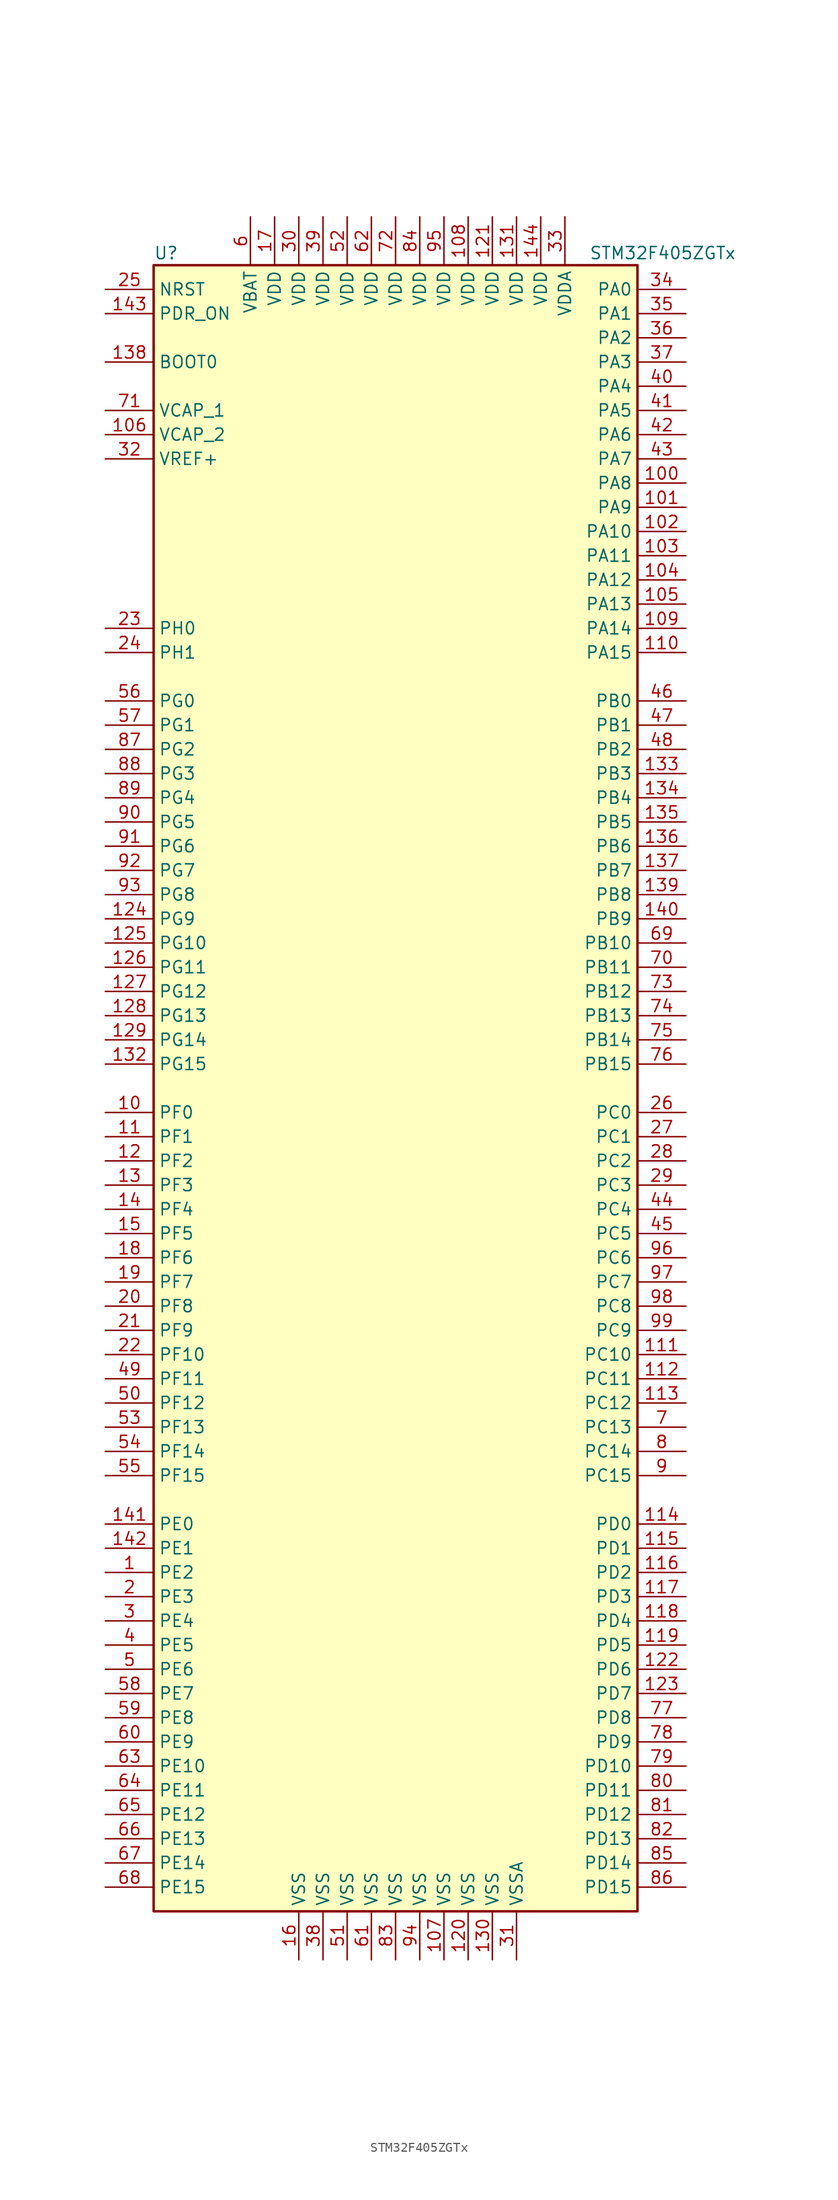
<source format=kicad_sym>
(kicad_symbol_lib
  (version 20201005)
  (generator kicad_symbol_editor)
  (symbol "STM32F405ZGTx"
    (property "Reference" "U"
      (at -25.4 87.63 0)
      (effects (font (size 1.27 1.27)) (justify left)))
    (property "Value" "STM32F405ZGTx"
      (at 20.32 87.63 0)
      (effects (font (size 1.27 1.27)) (justify left)))
    (symbol "STM32F405ZGTx_0_1"
      (rectangle (start -25.4 -86.36) (end 25.4 86.36) (stroke (width 0.254)) (fill (type background))))
    (symbol "STM32F405ZGTx_1_1"
      (pin bidirectional line (at -30.48 -50.8 0) (length 5.08) (name "PE2" (effects (font (size 1.27 1.27)))) (number "1" (effects (font (size 1.27 1.27)))))
      (pin bidirectional line (at -30.48 -2.54 0) (length 5.08) (name "PF0" (effects (font (size 1.27 1.27)))) (number "10" (effects (font (size 1.27 1.27)))))
      (pin bidirectional line (at 30.48 63.5 180) (length 5.08) (name "PA8" (effects (font (size 1.27 1.27)))) (number "100" (effects (font (size 1.27 1.27)))))
      (pin bidirectional line (at 30.48 60.96 180) (length 5.08) (name "PA9" (effects (font (size 1.27 1.27)))) (number "101" (effects (font (size 1.27 1.27)))))
      (pin bidirectional line (at 30.48 58.42 180) (length 5.08) (name "PA10" (effects (font (size 1.27 1.27)))) (number "102" (effects (font (size 1.27 1.27)))))
      (pin bidirectional line (at 30.48 55.88 180) (length 5.08) (name "PA11" (effects (font (size 1.27 1.27)))) (number "103" (effects (font (size 1.27 1.27)))))
      (pin bidirectional line (at 30.48 53.34 180) (length 5.08) (name "PA12" (effects (font (size 1.27 1.27)))) (number "104" (effects (font (size 1.27 1.27)))))
      (pin bidirectional line (at 30.48 50.8 180) (length 5.08) (name "PA13" (effects (font (size 1.27 1.27)))) (number "105" (effects (font (size 1.27 1.27)))))
      (pin power_in line (at -30.48 68.58 0) (length 5.08) (name "VCAP_2" (effects (font (size 1.27 1.27)))) (number "106" (effects (font (size 1.27 1.27)))))
      (pin power_in line (at 5.08 -91.44 90) (length 5.08) (name "VSS" (effects (font (size 1.27 1.27)))) (number "107" (effects (font (size 1.27 1.27)))))
      (pin power_in line (at 7.62 91.44 270) (length 5.08) (name "VDD" (effects (font (size 1.27 1.27)))) (number "108" (effects (font (size 1.27 1.27)))))
      (pin bidirectional line (at 30.48 48.26 180) (length 5.08) (name "PA14" (effects (font (size 1.27 1.27)))) (number "109" (effects (font (size 1.27 1.27)))))
      (pin bidirectional line (at -30.48 -5.08 0) (length 5.08) (name "PF1" (effects (font (size 1.27 1.27)))) (number "11" (effects (font (size 1.27 1.27)))))
      (pin bidirectional line (at 30.48 45.72 180) (length 5.08) (name "PA15" (effects (font (size 1.27 1.27)))) (number "110" (effects (font (size 1.27 1.27)))))
      (pin bidirectional line (at 30.48 -27.94 180) (length 5.08) (name "PC10" (effects (font (size 1.27 1.27)))) (number "111" (effects (font (size 1.27 1.27)))))
      (pin bidirectional line (at 30.48 -30.48 180) (length 5.08) (name "PC11" (effects (font (size 1.27 1.27)))) (number "112" (effects (font (size 1.27 1.27)))))
      (pin bidirectional line (at 30.48 -33.02 180) (length 5.08) (name "PC12" (effects (font (size 1.27 1.27)))) (number "113" (effects (font (size 1.27 1.27)))))
      (pin bidirectional line (at 30.48 -45.72 180) (length 5.08) (name "PD0" (effects (font (size 1.27 1.27)))) (number "114" (effects (font (size 1.27 1.27)))))
      (pin bidirectional line (at 30.48 -48.26 180) (length 5.08) (name "PD1" (effects (font (size 1.27 1.27)))) (number "115" (effects (font (size 1.27 1.27)))))
      (pin bidirectional line (at 30.48 -50.8 180) (length 5.08) (name "PD2" (effects (font (size 1.27 1.27)))) (number "116" (effects (font (size 1.27 1.27)))))
      (pin bidirectional line (at 30.48 -53.34 180) (length 5.08) (name "PD3" (effects (font (size 1.27 1.27)))) (number "117" (effects (font (size 1.27 1.27)))))
      (pin bidirectional line (at 30.48 -55.88 180) (length 5.08) (name "PD4" (effects (font (size 1.27 1.27)))) (number "118" (effects (font (size 1.27 1.27)))))
      (pin bidirectional line (at 30.48 -58.42 180) (length 5.08) (name "PD5" (effects (font (size 1.27 1.27)))) (number "119" (effects (font (size 1.27 1.27)))))
      (pin bidirectional line (at -30.48 -7.62 0) (length 5.08) (name "PF2" (effects (font (size 1.27 1.27)))) (number "12" (effects (font (size 1.27 1.27)))))
      (pin power_in line (at 7.62 -91.44 90) (length 5.08) (name "VSS" (effects (font (size 1.27 1.27)))) (number "120" (effects (font (size 1.27 1.27)))))
      (pin power_in line (at 10.16 91.44 270) (length 5.08) (name "VDD" (effects (font (size 1.27 1.27)))) (number "121" (effects (font (size 1.27 1.27)))))
      (pin bidirectional line (at 30.48 -60.96 180) (length 5.08) (name "PD6" (effects (font (size 1.27 1.27)))) (number "122" (effects (font (size 1.27 1.27)))))
      (pin bidirectional line (at 30.48 -63.5 180) (length 5.08) (name "PD7" (effects (font (size 1.27 1.27)))) (number "123" (effects (font (size 1.27 1.27)))))
      (pin bidirectional line (at -30.48 17.78 0) (length 5.08) (name "PG9" (effects (font (size 1.27 1.27)))) (number "124" (effects (font (size 1.27 1.27)))))
      (pin bidirectional line (at -30.48 15.24 0) (length 5.08) (name "PG10" (effects (font (size 1.27 1.27)))) (number "125" (effects (font (size 1.27 1.27)))))
      (pin bidirectional line (at -30.48 12.7 0) (length 5.08) (name "PG11" (effects (font (size 1.27 1.27)))) (number "126" (effects (font (size 1.27 1.27)))))
      (pin bidirectional line (at -30.48 10.16 0) (length 5.08) (name "PG12" (effects (font (size 1.27 1.27)))) (number "127" (effects (font (size 1.27 1.27)))))
      (pin bidirectional line (at -30.48 7.62 0) (length 5.08) (name "PG13" (effects (font (size 1.27 1.27)))) (number "128" (effects (font (size 1.27 1.27)))))
      (pin bidirectional line (at -30.48 5.08 0) (length 5.08) (name "PG14" (effects (font (size 1.27 1.27)))) (number "129" (effects (font (size 1.27 1.27)))))
      (pin bidirectional line (at -30.48 -10.16 0) (length 5.08) (name "PF3" (effects (font (size 1.27 1.27)))) (number "13" (effects (font (size 1.27 1.27)))))
      (pin power_in line (at 10.16 -91.44 90) (length 5.08) (name "VSS" (effects (font (size 1.27 1.27)))) (number "130" (effects (font (size 1.27 1.27)))))
      (pin power_in line (at 12.7 91.44 270) (length 5.08) (name "VDD" (effects (font (size 1.27 1.27)))) (number "131" (effects (font (size 1.27 1.27)))))
      (pin bidirectional line (at -30.48 2.54 0) (length 5.08) (name "PG15" (effects (font (size 1.27 1.27)))) (number "132" (effects (font (size 1.27 1.27)))))
      (pin bidirectional line (at 30.48 33.02 180) (length 5.08) (name "PB3" (effects (font (size 1.27 1.27)))) (number "133" (effects (font (size 1.27 1.27)))))
      (pin bidirectional line (at 30.48 30.48 180) (length 5.08) (name "PB4" (effects (font (size 1.27 1.27)))) (number "134" (effects (font (size 1.27 1.27)))))
      (pin bidirectional line (at 30.48 27.94 180) (length 5.08) (name "PB5" (effects (font (size 1.27 1.27)))) (number "135" (effects (font (size 1.27 1.27)))))
      (pin bidirectional line (at 30.48 25.4 180) (length 5.08) (name "PB6" (effects (font (size 1.27 1.27)))) (number "136" (effects (font (size 1.27 1.27)))))
      (pin bidirectional line (at 30.48 22.86 180) (length 5.08) (name "PB7" (effects (font (size 1.27 1.27)))) (number "137" (effects (font (size 1.27 1.27)))))
      (pin input line (at -30.48 76.2 0) (length 5.08) (name "BOOT0" (effects (font (size 1.27 1.27)))) (number "138" (effects (font (size 1.27 1.27)))))
      (pin bidirectional line (at 30.48 20.32 180) (length 5.08) (name "PB8" (effects (font (size 1.27 1.27)))) (number "139" (effects (font (size 1.27 1.27)))))
      (pin bidirectional line (at -30.48 -12.7 0) (length 5.08) (name "PF4" (effects (font (size 1.27 1.27)))) (number "14" (effects (font (size 1.27 1.27)))))
      (pin bidirectional line (at 30.48 17.78 180) (length 5.08) (name "PB9" (effects (font (size 1.27 1.27)))) (number "140" (effects (font (size 1.27 1.27)))))
      (pin bidirectional line (at -30.48 -45.72 0) (length 5.08) (name "PE0" (effects (font (size 1.27 1.27)))) (number "141" (effects (font (size 1.27 1.27)))))
      (pin bidirectional line (at -30.48 -48.26 0) (length 5.08) (name "PE1" (effects (font (size 1.27 1.27)))) (number "142" (effects (font (size 1.27 1.27)))))
      (pin input line (at -30.48 81.28 0) (length 5.08) (name "PDR_ON" (effects (font (size 1.27 1.27)))) (number "143" (effects (font (size 1.27 1.27)))))
      (pin power_in line (at 15.24 91.44 270) (length 5.08) (name "VDD" (effects (font (size 1.27 1.27)))) (number "144" (effects (font (size 1.27 1.27)))))
      (pin bidirectional line (at -30.48 -15.24 0) (length 5.08) (name "PF5" (effects (font (size 1.27 1.27)))) (number "15" (effects (font (size 1.27 1.27)))))
      (pin power_in line (at -10.16 -91.44 90) (length 5.08) (name "VSS" (effects (font (size 1.27 1.27)))) (number "16" (effects (font (size 1.27 1.27)))))
      (pin power_in line (at -12.7 91.44 270) (length 5.08) (name "VDD" (effects (font (size 1.27 1.27)))) (number "17" (effects (font (size 1.27 1.27)))))
      (pin bidirectional line (at -30.48 -17.78 0) (length 5.08) (name "PF6" (effects (font (size 1.27 1.27)))) (number "18" (effects (font (size 1.27 1.27)))))
      (pin bidirectional line (at -30.48 -20.32 0) (length 5.08) (name "PF7" (effects (font (size 1.27 1.27)))) (number "19" (effects (font (size 1.27 1.27)))))
      (pin bidirectional line (at -30.48 -53.34 0) (length 5.08) (name "PE3" (effects (font (size 1.27 1.27)))) (number "2" (effects (font (size 1.27 1.27)))))
      (pin bidirectional line (at -30.48 -22.86 0) (length 5.08) (name "PF8" (effects (font (size 1.27 1.27)))) (number "20" (effects (font (size 1.27 1.27)))))
      (pin bidirectional line (at -30.48 -25.4 0) (length 5.08) (name "PF9" (effects (font (size 1.27 1.27)))) (number "21" (effects (font (size 1.27 1.27)))))
      (pin bidirectional line (at -30.48 -27.94 0) (length 5.08) (name "PF10" (effects (font (size 1.27 1.27)))) (number "22" (effects (font (size 1.27 1.27)))))
      (pin input line (at -30.48 48.26 0) (length 5.08) (name "PH0" (effects (font (size 1.27 1.27)))) (number "23" (effects (font (size 1.27 1.27)))))
      (pin input line (at -30.48 45.72 0) (length 5.08) (name "PH1" (effects (font (size 1.27 1.27)))) (number "24" (effects (font (size 1.27 1.27)))))
      (pin input line (at -30.48 83.82 0) (length 5.08) (name "NRST" (effects (font (size 1.27 1.27)))) (number "25" (effects (font (size 1.27 1.27)))))
      (pin bidirectional line (at 30.48 -2.54 180) (length 5.08) (name "PC0" (effects (font (size 1.27 1.27)))) (number "26" (effects (font (size 1.27 1.27)))))
      (pin bidirectional line (at 30.48 -5.08 180) (length 5.08) (name "PC1" (effects (font (size 1.27 1.27)))) (number "27" (effects (font (size 1.27 1.27)))))
      (pin bidirectional line (at 30.48 -7.62 180) (length 5.08) (name "PC2" (effects (font (size 1.27 1.27)))) (number "28" (effects (font (size 1.27 1.27)))))
      (pin bidirectional line (at 30.48 -10.16 180) (length 5.08) (name "PC3" (effects (font (size 1.27 1.27)))) (number "29" (effects (font (size 1.27 1.27)))))
      (pin bidirectional line (at -30.48 -55.88 0) (length 5.08) (name "PE4" (effects (font (size 1.27 1.27)))) (number "3" (effects (font (size 1.27 1.27)))))
      (pin power_in line (at -10.16 91.44 270) (length 5.08) (name "VDD" (effects (font (size 1.27 1.27)))) (number "30" (effects (font (size 1.27 1.27)))))
      (pin power_in line (at 12.7 -91.44 90) (length 5.08) (name "VSSA" (effects (font (size 1.27 1.27)))) (number "31" (effects (font (size 1.27 1.27)))))
      (pin power_in line (at -30.48 66.04 0) (length 5.08) (name "VREF+" (effects (font (size 1.27 1.27)))) (number "32" (effects (font (size 1.27 1.27)))))
      (pin power_in line (at 17.78 91.44 270) (length 5.08) (name "VDDA" (effects (font (size 1.27 1.27)))) (number "33" (effects (font (size 1.27 1.27)))))
      (pin bidirectional line (at 30.48 83.82 180) (length 5.08) (name "PA0" (effects (font (size 1.27 1.27)))) (number "34" (effects (font (size 1.27 1.27)))))
      (pin bidirectional line (at 30.48 81.28 180) (length 5.08) (name "PA1" (effects (font (size 1.27 1.27)))) (number "35" (effects (font (size 1.27 1.27)))))
      (pin bidirectional line (at 30.48 78.74 180) (length 5.08) (name "PA2" (effects (font (size 1.27 1.27)))) (number "36" (effects (font (size 1.27 1.27)))))
      (pin bidirectional line (at 30.48 76.2 180) (length 5.08) (name "PA3" (effects (font (size 1.27 1.27)))) (number "37" (effects (font (size 1.27 1.27)))))
      (pin power_in line (at -7.62 -91.44 90) (length 5.08) (name "VSS" (effects (font (size 1.27 1.27)))) (number "38" (effects (font (size 1.27 1.27)))))
      (pin power_in line (at -7.62 91.44 270) (length 5.08) (name "VDD" (effects (font (size 1.27 1.27)))) (number "39" (effects (font (size 1.27 1.27)))))
      (pin bidirectional line (at -30.48 -58.42 0) (length 5.08) (name "PE5" (effects (font (size 1.27 1.27)))) (number "4" (effects (font (size 1.27 1.27)))))
      (pin bidirectional line (at 30.48 73.66 180) (length 5.08) (name "PA4" (effects (font (size 1.27 1.27)))) (number "40" (effects (font (size 1.27 1.27)))))
      (pin bidirectional line (at 30.48 71.12 180) (length 5.08) (name "PA5" (effects (font (size 1.27 1.27)))) (number "41" (effects (font (size 1.27 1.27)))))
      (pin bidirectional line (at 30.48 68.58 180) (length 5.08) (name "PA6" (effects (font (size 1.27 1.27)))) (number "42" (effects (font (size 1.27 1.27)))))
      (pin bidirectional line (at 30.48 66.04 180) (length 5.08) (name "PA7" (effects (font (size 1.27 1.27)))) (number "43" (effects (font (size 1.27 1.27)))))
      (pin bidirectional line (at 30.48 -12.7 180) (length 5.08) (name "PC4" (effects (font (size 1.27 1.27)))) (number "44" (effects (font (size 1.27 1.27)))))
      (pin bidirectional line (at 30.48 -15.24 180) (length 5.08) (name "PC5" (effects (font (size 1.27 1.27)))) (number "45" (effects (font (size 1.27 1.27)))))
      (pin bidirectional line (at 30.48 40.64 180) (length 5.08) (name "PB0" (effects (font (size 1.27 1.27)))) (number "46" (effects (font (size 1.27 1.27)))))
      (pin bidirectional line (at 30.48 38.1 180) (length 5.08) (name "PB1" (effects (font (size 1.27 1.27)))) (number "47" (effects (font (size 1.27 1.27)))))
      (pin bidirectional line (at 30.48 35.56 180) (length 5.08) (name "PB2" (effects (font (size 1.27 1.27)))) (number "48" (effects (font (size 1.27 1.27)))))
      (pin bidirectional line (at -30.48 -30.48 0) (length 5.08) (name "PF11" (effects (font (size 1.27 1.27)))) (number "49" (effects (font (size 1.27 1.27)))))
      (pin bidirectional line (at -30.48 -60.96 0) (length 5.08) (name "PE6" (effects (font (size 1.27 1.27)))) (number "5" (effects (font (size 1.27 1.27)))))
      (pin bidirectional line (at -30.48 -33.02 0) (length 5.08) (name "PF12" (effects (font (size 1.27 1.27)))) (number "50" (effects (font (size 1.27 1.27)))))
      (pin power_in line (at -5.08 -91.44 90) (length 5.08) (name "VSS" (effects (font (size 1.27 1.27)))) (number "51" (effects (font (size 1.27 1.27)))))
      (pin power_in line (at -5.08 91.44 270) (length 5.08) (name "VDD" (effects (font (size 1.27 1.27)))) (number "52" (effects (font (size 1.27 1.27)))))
      (pin bidirectional line (at -30.48 -35.56 0) (length 5.08) (name "PF13" (effects (font (size 1.27 1.27)))) (number "53" (effects (font (size 1.27 1.27)))))
      (pin bidirectional line (at -30.48 -38.1 0) (length 5.08) (name "PF14" (effects (font (size 1.27 1.27)))) (number "54" (effects (font (size 1.27 1.27)))))
      (pin bidirectional line (at -30.48 -40.64 0) (length 5.08) (name "PF15" (effects (font (size 1.27 1.27)))) (number "55" (effects (font (size 1.27 1.27)))))
      (pin bidirectional line (at -30.48 40.64 0) (length 5.08) (name "PG0" (effects (font (size 1.27 1.27)))) (number "56" (effects (font (size 1.27 1.27)))))
      (pin bidirectional line (at -30.48 38.1 0) (length 5.08) (name "PG1" (effects (font (size 1.27 1.27)))) (number "57" (effects (font (size 1.27 1.27)))))
      (pin bidirectional line (at -30.48 -63.5 0) (length 5.08) (name "PE7" (effects (font (size 1.27 1.27)))) (number "58" (effects (font (size 1.27 1.27)))))
      (pin bidirectional line (at -30.48 -66.04 0) (length 5.08) (name "PE8" (effects (font (size 1.27 1.27)))) (number "59" (effects (font (size 1.27 1.27)))))
      (pin power_in line (at -15.24 91.44 270) (length 5.08) (name "VBAT" (effects (font (size 1.27 1.27)))) (number "6" (effects (font (size 1.27 1.27)))))
      (pin bidirectional line (at -30.48 -68.58 0) (length 5.08) (name "PE9" (effects (font (size 1.27 1.27)))) (number "60" (effects (font (size 1.27 1.27)))))
      (pin power_in line (at -2.54 -91.44 90) (length 5.08) (name "VSS" (effects (font (size 1.27 1.27)))) (number "61" (effects (font (size 1.27 1.27)))))
      (pin power_in line (at -2.54 91.44 270) (length 5.08) (name "VDD" (effects (font (size 1.27 1.27)))) (number "62" (effects (font (size 1.27 1.27)))))
      (pin bidirectional line (at -30.48 -71.12 0) (length 5.08) (name "PE10" (effects (font (size 1.27 1.27)))) (number "63" (effects (font (size 1.27 1.27)))))
      (pin bidirectional line (at -30.48 -73.66 0) (length 5.08) (name "PE11" (effects (font (size 1.27 1.27)))) (number "64" (effects (font (size 1.27 1.27)))))
      (pin bidirectional line (at -30.48 -76.2 0) (length 5.08) (name "PE12" (effects (font (size 1.27 1.27)))) (number "65" (effects (font (size 1.27 1.27)))))
      (pin bidirectional line (at -30.48 -78.74 0) (length 5.08) (name "PE13" (effects (font (size 1.27 1.27)))) (number "66" (effects (font (size 1.27 1.27)))))
      (pin bidirectional line (at -30.48 -81.28 0) (length 5.08) (name "PE14" (effects (font (size 1.27 1.27)))) (number "67" (effects (font (size 1.27 1.27)))))
      (pin bidirectional line (at -30.48 -83.82 0) (length 5.08) (name "PE15" (effects (font (size 1.27 1.27)))) (number "68" (effects (font (size 1.27 1.27)))))
      (pin bidirectional line (at 30.48 15.24 180) (length 5.08) (name "PB10" (effects (font (size 1.27 1.27)))) (number "69" (effects (font (size 1.27 1.27)))))
      (pin bidirectional line (at 30.48 -35.56 180) (length 5.08) (name "PC13" (effects (font (size 1.27 1.27)))) (number "7" (effects (font (size 1.27 1.27)))))
      (pin bidirectional line (at 30.48 12.7 180) (length 5.08) (name "PB11" (effects (font (size 1.27 1.27)))) (number "70" (effects (font (size 1.27 1.27)))))
      (pin power_in line (at -30.48 71.12 0) (length 5.08) (name "VCAP_1" (effects (font (size 1.27 1.27)))) (number "71" (effects (font (size 1.27 1.27)))))
      (pin power_in line (at 0 91.44 270) (length 5.08) (name "VDD" (effects (font (size 1.27 1.27)))) (number "72" (effects (font (size 1.27 1.27)))))
      (pin bidirectional line (at 30.48 10.16 180) (length 5.08) (name "PB12" (effects (font (size 1.27 1.27)))) (number "73" (effects (font (size 1.27 1.27)))))
      (pin bidirectional line (at 30.48 7.62 180) (length 5.08) (name "PB13" (effects (font (size 1.27 1.27)))) (number "74" (effects (font (size 1.27 1.27)))))
      (pin bidirectional line (at 30.48 5.08 180) (length 5.08) (name "PB14" (effects (font (size 1.27 1.27)))) (number "75" (effects (font (size 1.27 1.27)))))
      (pin bidirectional line (at 30.48 2.54 180) (length 5.08) (name "PB15" (effects (font (size 1.27 1.27)))) (number "76" (effects (font (size 1.27 1.27)))))
      (pin bidirectional line (at 30.48 -66.04 180) (length 5.08) (name "PD8" (effects (font (size 1.27 1.27)))) (number "77" (effects (font (size 1.27 1.27)))))
      (pin bidirectional line (at 30.48 -68.58 180) (length 5.08) (name "PD9" (effects (font (size 1.27 1.27)))) (number "78" (effects (font (size 1.27 1.27)))))
      (pin bidirectional line (at 30.48 -71.12 180) (length 5.08) (name "PD10" (effects (font (size 1.27 1.27)))) (number "79" (effects (font (size 1.27 1.27)))))
      (pin bidirectional line (at 30.48 -38.1 180) (length 5.08) (name "PC14" (effects (font (size 1.27 1.27)))) (number "8" (effects (font (size 1.27 1.27)))))
      (pin bidirectional line (at 30.48 -73.66 180) (length 5.08) (name "PD11" (effects (font (size 1.27 1.27)))) (number "80" (effects (font (size 1.27 1.27)))))
      (pin bidirectional line (at 30.48 -76.2 180) (length 5.08) (name "PD12" (effects (font (size 1.27 1.27)))) (number "81" (effects (font (size 1.27 1.27)))))
      (pin bidirectional line (at 30.48 -78.74 180) (length 5.08) (name "PD13" (effects (font (size 1.27 1.27)))) (number "82" (effects (font (size 1.27 1.27)))))
      (pin power_in line (at 0 -91.44 90) (length 5.08) (name "VSS" (effects (font (size 1.27 1.27)))) (number "83" (effects (font (size 1.27 1.27)))))
      (pin power_in line (at 2.54 91.44 270) (length 5.08) (name "VDD" (effects (font (size 1.27 1.27)))) (number "84" (effects (font (size 1.27 1.27)))))
      (pin bidirectional line (at 30.48 -81.28 180) (length 5.08) (name "PD14" (effects (font (size 1.27 1.27)))) (number "85" (effects (font (size 1.27 1.27)))))
      (pin bidirectional line (at 30.48 -83.82 180) (length 5.08) (name "PD15" (effects (font (size 1.27 1.27)))) (number "86" (effects (font (size 1.27 1.27)))))
      (pin bidirectional line (at -30.48 35.56 0) (length 5.08) (name "PG2" (effects (font (size 1.27 1.27)))) (number "87" (effects (font (size 1.27 1.27)))))
      (pin bidirectional line (at -30.48 33.02 0) (length 5.08) (name "PG3" (effects (font (size 1.27 1.27)))) (number "88" (effects (font (size 1.27 1.27)))))
      (pin bidirectional line (at -30.48 30.48 0) (length 5.08) (name "PG4" (effects (font (size 1.27 1.27)))) (number "89" (effects (font (size 1.27 1.27)))))
      (pin bidirectional line (at 30.48 -40.64 180) (length 5.08) (name "PC15" (effects (font (size 1.27 1.27)))) (number "9" (effects (font (size 1.27 1.27)))))
      (pin bidirectional line (at -30.48 27.94 0) (length 5.08) (name "PG5" (effects (font (size 1.27 1.27)))) (number "90" (effects (font (size 1.27 1.27)))))
      (pin bidirectional line (at -30.48 25.4 0) (length 5.08) (name "PG6" (effects (font (size 1.27 1.27)))) (number "91" (effects (font (size 1.27 1.27)))))
      (pin bidirectional line (at -30.48 22.86 0) (length 5.08) (name "PG7" (effects (font (size 1.27 1.27)))) (number "92" (effects (font (size 1.27 1.27)))))
      (pin bidirectional line (at -30.48 20.32 0) (length 5.08) (name "PG8" (effects (font (size 1.27 1.27)))) (number "93" (effects (font (size 1.27 1.27)))))
      (pin power_in line (at 2.54 -91.44 90) (length 5.08) (name "VSS" (effects (font (size 1.27 1.27)))) (number "94" (effects (font (size 1.27 1.27)))))
      (pin power_in line (at 5.08 91.44 270) (length 5.08) (name "VDD" (effects (font (size 1.27 1.27)))) (number "95" (effects (font (size 1.27 1.27)))))
      (pin bidirectional line (at 30.48 -17.78 180) (length 5.08) (name "PC6" (effects (font (size 1.27 1.27)))) (number "96" (effects (font (size 1.27 1.27)))))
      (pin bidirectional line (at 30.48 -20.32 180) (length 5.08) (name "PC7" (effects (font (size 1.27 1.27)))) (number "97" (effects (font (size 1.27 1.27)))))
      (pin bidirectional line (at 30.48 -22.86 180) (length 5.08) (name "PC8" (effects (font (size 1.27 1.27)))) (number "98" (effects (font (size 1.27 1.27)))))
      (pin bidirectional line (at 30.48 -25.4 180) (length 5.08) (name "PC9" (effects (font (size 1.27 1.27)))) (number "99" (effects (font (size 1.27 1.27))))))))
</source>
